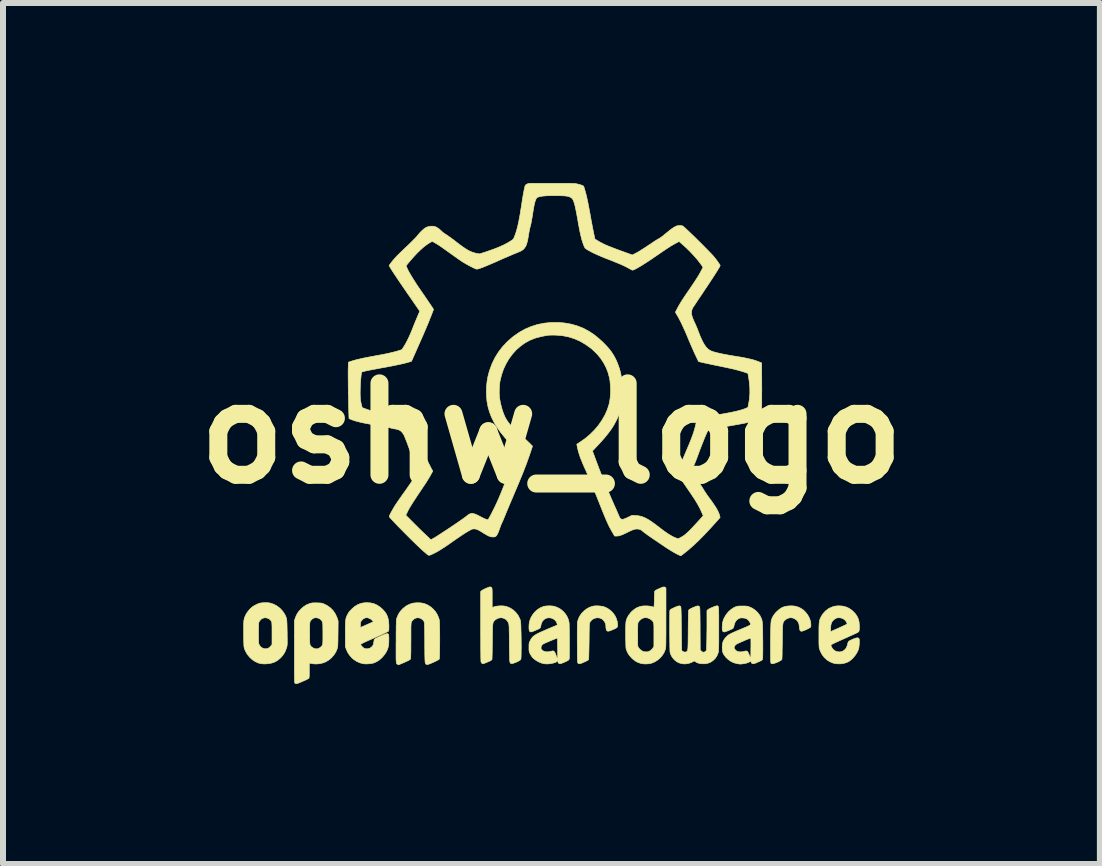
<source format=kicad_pcb>
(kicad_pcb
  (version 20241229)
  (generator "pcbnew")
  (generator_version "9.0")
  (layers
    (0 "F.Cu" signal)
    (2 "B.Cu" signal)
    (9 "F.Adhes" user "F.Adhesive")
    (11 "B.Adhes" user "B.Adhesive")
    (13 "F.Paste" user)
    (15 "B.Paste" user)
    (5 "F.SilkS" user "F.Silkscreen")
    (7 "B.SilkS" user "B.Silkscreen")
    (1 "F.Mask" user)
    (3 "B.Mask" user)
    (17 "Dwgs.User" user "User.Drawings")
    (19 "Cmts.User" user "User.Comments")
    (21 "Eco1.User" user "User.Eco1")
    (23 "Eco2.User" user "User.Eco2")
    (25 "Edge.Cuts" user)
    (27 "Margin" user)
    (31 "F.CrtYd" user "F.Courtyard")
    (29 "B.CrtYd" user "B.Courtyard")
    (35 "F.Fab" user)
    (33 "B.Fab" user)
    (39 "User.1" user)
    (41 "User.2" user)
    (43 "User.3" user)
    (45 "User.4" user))
  (footprint "oshw_logo"
    (layer "F.Cu")
    (at 6.14 4.173)
    (property "Reference" "oshw_logo" (at 0 0 0) (layer "F.SilkS") (effects (font (size 1.524 1.524) (thickness 0.3))))
    (attr through_hole)
    (fp_poly (pts (xy 4.036 2.875) (xy 4.077 2.882) (xy 4.115 2.895) (xy 4.15 2.911) (xy 4.194 2.939) (xy 4.233 2.977) (xy 4.267 3.02) (xy 4.294 3.068) (xy 4.313 3.118) (xy 4.322 3.168) (xy 4.322 3.173) (xy 4.323 3.197) (xy 4.322 3.216) (xy 4.319 3.227) (xy 4.311 3.234) (xy 4.296 3.243) (xy 4.274 3.255) (xy 4.25 3.267) (xy 4.225 3.278) (xy 4.201 3.287) (xy 4.182 3.294) (xy 4.17 3.296) (xy 4.17 3.296) (xy 4.157 3.295) (xy 4.148 3.29) (xy 4.141 3.28) (xy 4.136 3.263) (xy 4.132 3.238) (xy 4.129 3.209) (xy 4.123 3.174) (xy 4.112 3.146) (xy 4.095 3.122) (xy 4.08 3.107) (xy 4.047 3.085) (xy 4.012 3.073) (xy 3.976 3.071) (xy 3.94 3.08) (xy 3.905 3.099) (xy 3.887 3.115) (xy 3.879 3.123) (xy 3.873 3.13) (xy 3.867 3.139) (xy 3.862 3.15) (xy 3.859 3.163) (xy 3.856 3.18) (xy 3.853 3.202) (xy 3.851 3.23) (xy 3.85 3.264) (xy 3.849 3.305) (xy 3.848 3.356) (xy 3.847 3.416) (xy 3.847 3.474) (xy 3.846 3.53) (xy 3.845 3.582) (xy 3.844 3.63) (xy 3.844 3.673) (xy 3.843 3.709) (xy 3.842 3.737) (xy 3.841 3.756) (xy 3.841 3.766) (xy 3.84 3.766) (xy 3.833 3.774) (xy 3.818 3.785) (xy 3.797 3.797) (xy 3.772 3.809) (xy 3.746 3.82) (xy 3.72 3.829) (xy 3.699 3.836) (xy 3.683 3.838) (xy 3.668 3.835) (xy 3.657 3.829) (xy 3.655 3.821) (xy 3.654 3.803) (xy 3.652 3.777) (xy 3.651 3.742) (xy 3.651 3.701) (xy 3.65 3.655) (xy 3.65 3.605) (xy 3.65 3.552) (xy 3.65 3.497) (xy 3.65 3.442) (xy 3.651 3.387) (xy 3.652 3.335) (xy 3.653 3.285) (xy 3.654 3.24) (xy 3.655 3.2) (xy 3.657 3.168) (xy 3.659 3.143) (xy 3.66 3.127) (xy 3.661 3.124) (xy 3.676 3.078) (xy 3.699 3.035) (xy 3.73 2.994) (xy 3.751 2.972) (xy 3.793 2.934) (xy 3.834 2.906) (xy 3.878 2.887) (xy 3.927 2.877) (xy 3.983 2.873) (xy 3.988 2.873) (xy 4.036 2.875)) (stroke (width 0.01) (type solid)) (fill yes) (layer "F.SilkS"))
    (fp_poly (pts (xy 0.8 2.875) (xy 0.839 2.88) (xy 0.872 2.887) (xy 0.88 2.89) (xy 0.933 2.914) (xy 0.98 2.947) (xy 1.021 2.986) (xy 1.055 3.032) (xy 1.08 3.082) (xy 1.096 3.135) (xy 1.102 3.183) (xy 1.102 3.203) (xy 1.1 3.218) (xy 1.095 3.229) (xy 1.084 3.239) (xy 1.068 3.249) (xy 1.043 3.261) (xy 1.021 3.27) (xy 0.985 3.285) (xy 0.958 3.294) (xy 0.938 3.295) (xy 0.925 3.29) (xy 0.916 3.277) (xy 0.91 3.256) (xy 0.907 3.226) (xy 0.907 3.222) (xy 0.905 3.194) (xy 0.901 3.174) (xy 0.894 3.156) (xy 0.888 3.144) (xy 0.865 3.111) (xy 0.835 3.088) (xy 0.801 3.075) (xy 0.762 3.072) (xy 0.756 3.072) (xy 0.717 3.081) (xy 0.683 3.099) (xy 0.655 3.125) (xy 0.642 3.146) (xy 0.639 3.152) (xy 0.637 3.157) (xy 0.635 3.164) (xy 0.634 3.174) (xy 0.632 3.187) (xy 0.631 3.203) (xy 0.63 3.226) (xy 0.63 3.254) (xy 0.629 3.289) (xy 0.628 3.333) (xy 0.628 3.386) (xy 0.627 3.449) (xy 0.627 3.466) (xy 0.626 3.523) (xy 0.625 3.576) (xy 0.624 3.625) (xy 0.623 3.669) (xy 0.622 3.706) (xy 0.621 3.736) (xy 0.62 3.757) (xy 0.619 3.768) (xy 0.619 3.769) (xy 0.611 3.776) (xy 0.594 3.786) (xy 0.572 3.798) (xy 0.547 3.809) (xy 0.521 3.821) (xy 0.497 3.83) (xy 0.478 3.836) (xy 0.466 3.838) (xy 0.452 3.835) (xy 0.443 3.829) (xy 0.441 3.827) (xy 0.439 3.824) (xy 0.437 3.82) (xy 0.436 3.812) (xy 0.434 3.802) (xy 0.433 3.786) (xy 0.433 3.766) (xy 0.432 3.739) (xy 0.432 3.706) (xy 0.431 3.664) (xy 0.431 3.614) (xy 0.431 3.554) (xy 0.43 3.496) (xy 0.43 3.422) (xy 0.43 3.355) (xy 0.43 3.296) (xy 0.431 3.245) (xy 0.431 3.203) (xy 0.432 3.171) (xy 0.433 3.149) (xy 0.434 3.139) (xy 0.449 3.089) (xy 0.473 3.041) (xy 0.505 2.996) (xy 0.545 2.956) (xy 0.589 2.922) (xy 0.637 2.896) (xy 0.688 2.879) (xy 0.689 2.879) (xy 0.721 2.874) (xy 0.759 2.873) (xy 0.8 2.875)) (stroke (width 0.01) (type solid)) (fill yes) (layer "F.SilkS"))
    (fp_poly (pts (xy -4.719 2.822) (xy -4.69 2.826) (xy -4.685 2.827) (xy -4.627 2.847) (xy -4.573 2.876) (xy -4.523 2.915) (xy -4.481 2.96) (xy -4.446 3.012) (xy -4.439 3.025) (xy -4.431 3.041) (xy -4.425 3.056) (xy -4.42 3.071) (xy -4.416 3.087) (xy -4.412 3.106) (xy -4.41 3.13) (xy -4.408 3.159) (xy -4.407 3.194) (xy -4.406 3.238) (xy -4.405 3.291) (xy -4.404 3.319) (xy -4.404 3.373) (xy -4.403 3.417) (xy -4.403 3.452) (xy -4.403 3.48) (xy -4.403 3.502) (xy -4.404 3.519) (xy -4.406 3.533) (xy -4.407 3.545) (xy -4.41 3.557) (xy -4.413 3.569) (xy -4.414 3.57) (xy -4.436 3.631) (xy -4.468 3.686) (xy -4.509 3.735) (xy -4.559 3.778) (xy -4.595 3.8) (xy -4.631 3.817) (xy -4.674 3.829) (xy -4.722 3.837) (xy -4.772 3.841) (xy -4.819 3.839) (xy -4.82 3.839) (xy -4.844 3.835) (xy -4.867 3.831) (xy -4.88 3.827) (xy -4.933 3.804) (xy -4.984 3.771) (xy -5.029 3.73) (xy -5.068 3.683) (xy -5.099 3.63) (xy -5.115 3.59) (xy -5.118 3.58) (xy -5.121 3.57) (xy -5.123 3.559) (xy -5.125 3.545) (xy -5.126 3.527) (xy -5.127 3.505) (xy -5.128 3.476) (xy -5.129 3.439) (xy -5.129 3.394) (xy -5.129 3.374) (xy -4.882 3.374) (xy -4.882 3.42) (xy -4.881 3.457) (xy -4.88 3.483) (xy -4.878 3.5) (xy -4.877 3.504) (xy -4.864 3.534) (xy -4.843 3.558) (xy -4.817 3.576) (xy -4.787 3.587) (xy -4.756 3.589) (xy -4.726 3.582) (xy -4.716 3.577) (xy -4.699 3.565) (xy -4.682 3.548) (xy -4.675 3.54) (xy -4.657 3.516) (xy -4.657 3.336) (xy -4.657 3.281) (xy -4.657 3.234) (xy -4.658 3.195) (xy -4.66 3.166) (xy -4.661 3.147) (xy -4.663 3.14) (xy -4.678 3.115) (xy -4.701 3.094) (xy -4.73 3.079) (xy -4.761 3.072) (xy -4.785 3.073) (xy -4.818 3.082) (xy -4.845 3.101) (xy -4.864 3.126) (xy -4.879 3.152) (xy -4.882 3.316) (xy -4.882 3.374) (xy -5.129 3.374) (xy -5.13 3.343) (xy -5.13 3.284) (xy -5.13 3.235) (xy -5.13 3.194) (xy -5.129 3.161) (xy -5.127 3.134) (xy -5.125 3.111) (xy -5.121 3.092) (xy -5.116 3.074) (xy -5.11 3.057) (xy -5.102 3.04) (xy -5.094 3.022) (xy -5.075 2.989) (xy -5.049 2.955) (xy -5.02 2.922) (xy -4.99 2.895) (xy -4.987 2.892) (xy -4.96 2.874) (xy -4.927 2.856) (xy -4.893 2.84) (xy -4.862 2.829) (xy -4.854 2.827) (xy -4.826 2.823) (xy -4.792 2.821) (xy -4.754 2.82) (xy -4.719 2.822)) (stroke (width 0.01) (type solid)) (fill yes) (layer "F.SilkS"))
    (fp_poly (pts (xy 1.881 2.558) (xy 1.892 2.563) (xy 1.895 2.566) (xy 1.908 2.575) (xy 1.908 3.07) (xy 1.908 3.157) (xy 1.908 3.232) (xy 1.908 3.298) (xy 1.908 3.355) (xy 1.907 3.404) (xy 1.907 3.445) (xy 1.907 3.479) (xy 1.906 3.507) (xy 1.906 3.53) (xy 1.905 3.549) (xy 1.904 3.563) (xy 1.903 3.575) (xy 1.901 3.584) (xy 1.9 3.591) (xy 1.898 3.598) (xy 1.897 3.602) (xy 1.875 3.655) (xy 1.843 3.704) (xy 1.803 3.748) (xy 1.757 3.785) (xy 1.706 3.814) (xy 1.666 3.829) (xy 1.625 3.838) (xy 1.581 3.841) (xy 1.536 3.84) (xy 1.497 3.834) (xy 1.492 3.833) (xy 1.445 3.818) (xy 1.405 3.797) (xy 1.368 3.771) (xy 1.334 3.74) (xy 1.298 3.699) (xy 1.271 3.658) (xy 1.252 3.614) (xy 1.244 3.59) (xy 1.242 3.576) (xy 1.24 3.552) (xy 1.239 3.52) (xy 1.238 3.482) (xy 1.237 3.44) (xy 1.236 3.394) (xy 1.236 3.361) (xy 1.437 3.361) (xy 1.437 3.412) (xy 1.437 3.453) (xy 1.437 3.485) (xy 1.437 3.509) (xy 1.438 3.527) (xy 1.439 3.541) (xy 1.441 3.55) (xy 1.444 3.557) (xy 1.446 3.563) (xy 1.45 3.568) (xy 1.469 3.592) (xy 1.494 3.614) (xy 1.522 3.631) (xy 1.525 3.632) (xy 1.547 3.638) (xy 1.574 3.64) (xy 1.6 3.639) (xy 1.618 3.635) (xy 1.65 3.618) (xy 1.677 3.594) (xy 1.692 3.573) (xy 1.707 3.548) (xy 1.707 3.356) (xy 1.707 3.302) (xy 1.707 3.257) (xy 1.707 3.222) (xy 1.706 3.194) (xy 1.704 3.173) (xy 1.701 3.156) (xy 1.696 3.144) (xy 1.69 3.133) (xy 1.683 3.124) (xy 1.673 3.115) (xy 1.663 3.106) (xy 1.631 3.085) (xy 1.596 3.073) (xy 1.56 3.07) (xy 1.524 3.078) (xy 1.516 3.081) (xy 1.497 3.093) (xy 1.477 3.11) (xy 1.459 3.129) (xy 1.446 3.148) (xy 1.441 3.159) (xy 1.44 3.169) (xy 1.439 3.188) (xy 1.438 3.215) (xy 1.437 3.25) (xy 1.437 3.289) (xy 1.437 3.333) (xy 1.437 3.361) (xy 1.236 3.361) (xy 1.236 3.348) (xy 1.236 3.302) (xy 1.236 3.257) (xy 1.237 3.217) (xy 1.238 3.182) (xy 1.24 3.154) (xy 1.242 3.135) (xy 1.242 3.132) (xy 1.259 3.079) (xy 1.286 3.03) (xy 1.324 2.982) (xy 1.334 2.971) (xy 1.373 2.937) (xy 1.411 2.911) (xy 1.453 2.892) (xy 1.49 2.881) (xy 1.519 2.876) (xy 1.554 2.874) (xy 1.591 2.874) (xy 1.628 2.877) (xy 1.66 2.882) (xy 1.678 2.887) (xy 1.694 2.892) (xy 1.706 2.894) (xy 1.708 2.894) (xy 1.709 2.887) (xy 1.71 2.872) (xy 1.712 2.848) (xy 1.713 2.818) (xy 1.714 2.783) (xy 1.714 2.768) (xy 1.715 2.731) (xy 1.716 2.697) (xy 1.717 2.669) (xy 1.718 2.647) (xy 1.719 2.635) (xy 1.719 2.633) (xy 1.725 2.624) (xy 1.739 2.613) (xy 1.763 2.6) (xy 1.796 2.585) (xy 1.827 2.572) (xy 1.851 2.562) (xy 1.868 2.558) (xy 1.881 2.558)) (stroke (width 0.01) (type solid)) (fill yes) (layer "F.SilkS"))
    (fp_poly (pts (xy -3.92 2.823) (xy -3.905 2.823) (xy -3.872 2.825) (xy -3.848 2.826) (xy -3.829 2.829) (xy -3.813 2.833) (xy -3.796 2.84) (xy -3.79 2.842) (xy -3.733 2.871) (xy -3.681 2.909) (xy -3.637 2.955) (xy -3.601 3.009) (xy -3.574 3.068) (xy -3.57 3.08) (xy -3.555 3.126) (xy -3.557 3.34) (xy -3.558 3.395) (xy -3.558 3.44) (xy -3.559 3.476) (xy -3.56 3.505) (xy -3.561 3.528) (xy -3.562 3.545) (xy -3.564 3.559) (xy -3.566 3.57) (xy -3.569 3.581) (xy -3.572 3.59) (xy -3.594 3.643) (xy -3.626 3.692) (xy -3.665 3.737) (xy -3.71 3.775) (xy -3.759 3.805) (xy -3.803 3.823) (xy -3.862 3.837) (xy -3.923 3.842) (xy -3.983 3.838) (xy -4.023 3.829) (xy -4.036 3.826) (xy -4.036 3.95) (xy -4.036 3.991) (xy -4.036 4.022) (xy -4.037 4.044) (xy -4.038 4.06) (xy -4.04 4.071) (xy -4.042 4.077) (xy -4.045 4.081) (xy -4.046 4.082) (xy -4.056 4.088) (xy -4.074 4.098) (xy -4.098 4.11) (xy -4.126 4.122) (xy -4.156 4.135) (xy -4.185 4.148) (xy -4.21 4.158) (xy -4.231 4.166) (xy -4.244 4.169) (xy -4.245 4.17) (xy -4.262 4.17) (xy -4.273 4.163) (xy -4.274 4.161) (xy -4.276 4.159) (xy -4.277 4.155) (xy -4.279 4.15) (xy -4.28 4.141) (xy -4.281 4.13) (xy -4.282 4.114) (xy -4.282 4.093) (xy -4.283 4.068) (xy -4.283 4.035) (xy -4.284 3.996) (xy -4.284 3.95) (xy -4.284 3.895) (xy -4.284 3.832) (xy -4.284 3.759) (xy -4.284 3.675) (xy -4.284 3.636) (xy -4.284 3.33) (xy -4.03 3.33) (xy -4.03 3.383) (xy -4.03 3.425) (xy -4.029 3.459) (xy -4.028 3.486) (xy -4.026 3.506) (xy -4.023 3.521) (xy -4.019 3.532) (xy -4.014 3.541) (xy -4.007 3.549) (xy -3.998 3.557) (xy -3.995 3.559) (xy -3.965 3.578) (xy -3.933 3.589) (xy -3.902 3.589) (xy -3.876 3.581) (xy -3.859 3.57) (xy -3.843 3.557) (xy -3.842 3.557) (xy -3.833 3.548) (xy -3.826 3.54) (xy -3.82 3.531) (xy -3.816 3.52) (xy -3.813 3.506) (xy -3.811 3.487) (xy -3.81 3.462) (xy -3.809 3.429) (xy -3.809 3.388) (xy -3.809 3.337) (xy -3.809 3.332) (xy -3.809 3.282) (xy -3.81 3.243) (xy -3.81 3.211) (xy -3.811 3.188) (xy -3.812 3.17) (xy -3.814 3.157) (xy -3.815 3.147) (xy -3.818 3.14) (xy -3.821 3.133) (xy -3.84 3.107) (xy -3.866 3.087) (xy -3.896 3.075) (xy -3.928 3.071) (xy -3.959 3.076) (xy -3.961 3.077) (xy -3.979 3.087) (xy -3.998 3.103) (xy -4.015 3.122) (xy -4.022 3.134) (xy -4.024 3.14) (xy -4.026 3.151) (xy -4.028 3.166) (xy -4.029 3.188) (xy -4.029 3.217) (xy -4.03 3.255) (xy -4.03 3.302) (xy -4.03 3.33) (xy -4.284 3.33) (xy -4.284 3.121) (xy -4.27 3.077) (xy -4.253 3.035) (xy -4.234 2.998) (xy -4.21 2.965) (xy -4.178 2.93) (xy -4.174 2.926) (xy -4.129 2.886) (xy -4.081 2.856) (xy -4.03 2.835) (xy -4.015 2.831) (xy -3.996 2.826) (xy -3.976 2.824) (xy -3.952 2.823) (xy -3.92 2.823)) (stroke (width 0.01) (type solid)) (fill yes) (layer "F.SilkS"))
    (fp_poly (pts (xy -2.187 2.823) (xy -2.151 2.828) (xy -2.117 2.836) (xy -2.083 2.85) (xy -2.067 2.857) (xy -2.016 2.888) (xy -1.97 2.928) (xy -1.93 2.974) (xy -1.899 3.026) (xy -1.877 3.081) (xy -1.868 3.115) (xy -1.867 3.128) (xy -1.866 3.151) (xy -1.865 3.182) (xy -1.864 3.219) (xy -1.863 3.262) (xy -1.863 3.309) (xy -1.862 3.36) (xy -1.862 3.412) (xy -1.862 3.465) (xy -1.863 3.517) (xy -1.863 3.568) (xy -1.864 3.615) (xy -1.864 3.657) (xy -1.865 3.694) (xy -1.866 3.724) (xy -1.868 3.746) (xy -1.869 3.759) (xy -1.87 3.761) (xy -1.879 3.769) (xy -1.899 3.78) (xy -1.928 3.795) (xy -1.966 3.813) (xy -2.012 3.833) (xy -2.013 3.833) (xy -2.039 3.843) (xy -2.057 3.849) (xy -2.069 3.851) (xy -2.078 3.85) (xy -2.079 3.85) (xy -2.086 3.847) (xy -2.091 3.845) (xy -2.096 3.841) (xy -2.099 3.835) (xy -2.102 3.827) (xy -2.105 3.815) (xy -2.107 3.799) (xy -2.108 3.777) (xy -2.109 3.749) (xy -2.11 3.714) (xy -2.111 3.671) (xy -2.111 3.62) (xy -2.112 3.558) (xy -2.112 3.487) (xy -2.112 3.485) (xy -2.112 3.414) (xy -2.113 3.353) (xy -2.113 3.302) (xy -2.114 3.259) (xy -2.115 3.224) (xy -2.116 3.195) (xy -2.117 3.173) (xy -2.119 3.155) (xy -2.122 3.142) (xy -2.125 3.132) (xy -2.129 3.124) (xy -2.134 3.118) (xy -2.14 3.112) (xy -2.147 3.105) (xy -2.149 3.103) (xy -2.177 3.083) (xy -2.208 3.073) (xy -2.241 3.072) (xy -2.272 3.081) (xy -2.3 3.099) (xy -2.323 3.125) (xy -2.332 3.139) (xy -2.334 3.145) (xy -2.336 3.151) (xy -2.338 3.159) (xy -2.339 3.169) (xy -2.34 3.184) (xy -2.341 3.203) (xy -2.342 3.228) (xy -2.342 3.259) (xy -2.342 3.298) (xy -2.342 3.346) (xy -2.342 3.404) (xy -2.342 3.451) (xy -2.343 3.514) (xy -2.343 3.571) (xy -2.343 3.623) (xy -2.344 3.667) (xy -2.345 3.703) (xy -2.346 3.731) (xy -2.347 3.749) (xy -2.348 3.756) (xy -2.355 3.766) (xy -2.37 3.776) (xy -2.393 3.789) (xy -2.397 3.79) (xy -2.42 3.801) (xy -2.445 3.812) (xy -2.471 3.824) (xy -2.497 3.834) (xy -2.519 3.844) (xy -2.536 3.851) (xy -2.545 3.854) (xy -2.547 3.855) (xy -2.553 3.853) (xy -2.561 3.849) (xy -2.567 3.847) (xy -2.572 3.844) (xy -2.577 3.841) (xy -2.58 3.836) (xy -2.583 3.828) (xy -2.586 3.816) (xy -2.587 3.8) (xy -2.589 3.78) (xy -2.59 3.753) (xy -2.59 3.719) (xy -2.59 3.678) (xy -2.59 3.629) (xy -2.59 3.57) (xy -2.59 3.502) (xy -2.589 3.462) (xy -2.589 3.389) (xy -2.589 3.327) (xy -2.588 3.274) (xy -2.588 3.23) (xy -2.587 3.194) (xy -2.586 3.164) (xy -2.586 3.14) (xy -2.585 3.122) (xy -2.583 3.107) (xy -2.582 3.096) (xy -2.58 3.087) (xy -2.578 3.079) (xy -2.577 3.076) (xy -2.552 3.016) (xy -2.517 2.962) (xy -2.473 2.915) (xy -2.422 2.876) (xy -2.394 2.86) (xy -2.348 2.84) (xy -2.302 2.827) (xy -2.251 2.822) (xy -2.23 2.822) (xy -2.187 2.823)) (stroke (width 0.01) (type solid)) (fill yes) (layer "F.SilkS"))
    (fp_poly (pts (xy -1.009 2.561) (xy -0.999 2.568) (xy -0.996 2.572) (xy -0.993 2.577) (xy -0.991 2.584) (xy -0.99 2.595) (xy -0.989 2.611) (xy -0.988 2.634) (xy -0.988 2.664) (xy -0.988 2.703) (xy -0.988 2.74) (xy -0.988 2.9) (xy -0.955 2.889) (xy -0.922 2.88) (xy -0.882 2.875) (xy -0.839 2.873) (xy -0.797 2.875) (xy -0.76 2.881) (xy -0.749 2.884) (xy -0.692 2.907) (xy -0.64 2.94) (xy -0.596 2.981) (xy -0.558 3.029) (xy -0.529 3.085) (xy -0.526 3.093) (xy -0.522 3.104) (xy -0.519 3.114) (xy -0.516 3.125) (xy -0.514 3.138) (xy -0.513 3.155) (xy -0.511 3.178) (xy -0.51 3.207) (xy -0.509 3.243) (xy -0.508 3.289) (xy -0.507 3.31) (xy -0.506 3.361) (xy -0.505 3.414) (xy -0.505 3.467) (xy -0.504 3.52) (xy -0.504 3.571) (xy -0.505 3.618) (xy -0.505 3.662) (xy -0.506 3.699) (xy -0.507 3.729) (xy -0.509 3.752) (xy -0.51 3.764) (xy -0.511 3.765) (xy -0.519 3.774) (xy -0.535 3.785) (xy -0.557 3.798) (xy -0.582 3.81) (xy -0.609 3.821) (xy -0.633 3.829) (xy -0.653 3.834) (xy -0.667 3.835) (xy -0.667 3.835) (xy -0.674 3.834) (xy -0.679 3.832) (xy -0.684 3.828) (xy -0.688 3.823) (xy -0.691 3.814) (xy -0.694 3.802) (xy -0.696 3.785) (xy -0.697 3.762) (xy -0.698 3.732) (xy -0.699 3.695) (xy -0.7 3.65) (xy -0.701 3.596) (xy -0.702 3.532) (xy -0.702 3.495) (xy -0.703 3.428) (xy -0.703 3.371) (xy -0.704 3.323) (xy -0.705 3.284) (xy -0.705 3.252) (xy -0.706 3.227) (xy -0.707 3.207) (xy -0.709 3.192) (xy -0.71 3.181) (xy -0.712 3.172) (xy -0.714 3.164) (xy -0.716 3.158) (xy -0.718 3.155) (xy -0.737 3.122) (xy -0.763 3.097) (xy -0.795 3.08) (xy -0.829 3.072) (xy -0.864 3.073) (xy -0.899 3.083) (xy -0.931 3.102) (xy -0.943 3.112) (xy -0.951 3.12) (xy -0.958 3.128) (xy -0.964 3.136) (xy -0.969 3.145) (xy -0.973 3.157) (xy -0.976 3.172) (xy -0.979 3.192) (xy -0.981 3.216) (xy -0.982 3.248) (xy -0.983 3.286) (xy -0.984 3.332) (xy -0.985 3.388) (xy -0.985 3.454) (xy -0.985 3.464) (xy -0.986 3.52) (xy -0.987 3.573) (xy -0.987 3.622) (xy -0.988 3.665) (xy -0.989 3.702) (xy -0.99 3.731) (xy -0.99 3.752) (xy -0.991 3.762) (xy -0.991 3.763) (xy -0.995 3.771) (xy -1.003 3.779) (xy -1.017 3.788) (xy -1.039 3.798) (xy -1.069 3.811) (xy -1.087 3.819) (xy -1.113 3.829) (xy -1.13 3.835) (xy -1.141 3.837) (xy -1.149 3.837) (xy -1.156 3.833) (xy -1.159 3.831) (xy -1.167 3.821) (xy -1.174 3.808) (xy -1.175 3.8) (xy -1.176 3.78) (xy -1.177 3.75) (xy -1.178 3.709) (xy -1.178 3.656) (xy -1.179 3.593) (xy -1.179 3.519) (xy -1.179 3.433) (xy -1.18 3.337) (xy -1.18 3.229) (xy -1.18 3.214) (xy -1.18 2.635) (xy -1.164 2.62) (xy -1.152 2.612) (xy -1.133 2.601) (xy -1.109 2.589) (xy -1.083 2.578) (xy -1.059 2.568) (xy -1.038 2.56) (xy -1.024 2.557) (xy -1.022 2.557) (xy -1.009 2.561)) (stroke (width 0.01) (type solid)) (fill yes) (layer "F.SilkS"))
    (fp_poly (pts (xy -3.015 2.824) (xy -2.958 2.837) (xy -2.906 2.861) (xy -2.856 2.894) (xy -2.813 2.932) (xy -2.779 2.97) (xy -2.752 3.009) (xy -2.733 3.05) (xy -2.72 3.096) (xy -2.712 3.148) (xy -2.709 3.209) (xy -2.709 3.215) (xy -2.71 3.246) (xy -2.71 3.268) (xy -2.712 3.282) (xy -2.714 3.291) (xy -2.718 3.297) (xy -2.719 3.298) (xy -2.727 3.302) (xy -2.743 3.31) (xy -2.767 3.322) (xy -2.798 3.336) (xy -2.834 3.353) (xy -2.875 3.371) (xy -2.913 3.388) (xy -2.972 3.415) (xy -3.021 3.437) (xy -3.062 3.455) (xy -3.095 3.47) (xy -3.121 3.482) (xy -3.141 3.492) (xy -3.155 3.499) (xy -3.166 3.504) (xy -3.172 3.509) (xy -3.176 3.512) (xy -3.177 3.515) (xy -3.178 3.517) (xy -3.178 3.518) (xy -3.174 3.529) (xy -3.163 3.544) (xy -3.148 3.559) (xy -3.132 3.573) (xy -3.119 3.581) (xy -3.089 3.589) (xy -3.056 3.588) (xy -3.025 3.578) (xy -2.998 3.559) (xy -2.981 3.541) (xy -2.97 3.52) (xy -2.963 3.493) (xy -2.96 3.473) (xy -2.957 3.453) (xy -2.953 3.437) (xy -2.95 3.429) (xy -2.942 3.423) (xy -2.926 3.414) (xy -2.904 3.403) (xy -2.877 3.39) (xy -2.848 3.377) (xy -2.819 3.364) (xy -2.792 3.353) (xy -2.769 3.344) (xy -2.752 3.338) (xy -2.743 3.336) (xy -2.731 3.337) (xy -2.721 3.342) (xy -2.715 3.352) (xy -2.712 3.369) (xy -2.71 3.394) (xy -2.71 3.429) (xy -2.71 3.429) (xy -2.711 3.484) (xy -2.715 3.53) (xy -2.723 3.57) (xy -2.736 3.606) (xy -2.753 3.641) (xy -2.776 3.677) (xy -2.78 3.683) (xy -2.821 3.732) (xy -2.866 3.773) (xy -2.914 3.804) (xy -2.965 3.826) (xy -2.969 3.827) (xy -3.004 3.834) (xy -3.044 3.839) (xy -3.085 3.841) (xy -3.122 3.839) (xy -3.133 3.838) (xy -3.192 3.823) (xy -3.249 3.798) (xy -3.3 3.763) (xy -3.333 3.733) (xy -3.37 3.689) (xy -3.399 3.643) (xy -3.42 3.595) (xy -3.435 3.553) (xy -3.435 3.333) (xy -3.435 3.275) (xy -3.434 3.227) (xy -3.434 3.224) (xy -3.186 3.224) (xy -3.186 3.233) (xy -3.186 3.234) (xy -3.18 3.232) (xy -3.167 3.226) (xy -3.146 3.217) (xy -3.121 3.206) (xy -3.104 3.198) (xy -3.073 3.185) (xy -3.044 3.172) (xy -3.019 3.161) (xy -3.001 3.152) (xy -2.995 3.15) (xy -2.968 3.137) (xy -2.982 3.12) (xy -2.998 3.103) (xy -3.021 3.089) (xy -3.047 3.077) (xy -3.07 3.071) (xy -3.077 3.071) (xy -3.097 3.073) (xy -3.117 3.079) (xy -3.117 3.079) (xy -3.134 3.089) (xy -3.151 3.104) (xy -3.167 3.122) (xy -3.178 3.138) (xy -3.18 3.145) (xy -3.182 3.155) (xy -3.183 3.171) (xy -3.184 3.19) (xy -3.185 3.209) (xy -3.186 3.224) (xy -3.434 3.224) (xy -3.434 3.187) (xy -3.433 3.155) (xy -3.432 3.129) (xy -3.429 3.107) (xy -3.426 3.089) (xy -3.422 3.074) (xy -3.417 3.059) (xy -3.411 3.044) (xy -3.403 3.026) (xy -3.399 3.02) (xy -3.387 2.997) (xy -3.373 2.975) (xy -3.353 2.953) (xy -3.331 2.929) (xy -3.285 2.888) (xy -3.238 2.858) (xy -3.189 2.837) (xy -3.137 2.824) (xy -3.078 2.82) (xy -3.076 2.82) (xy -3.015 2.824)) (stroke (width 0.01) (type solid)) (fill yes) (layer "F.SilkS"))
    (fp_poly (pts (xy 4.853 2.877) (xy 4.907 2.891) (xy 4.957 2.913) (xy 5.005 2.946) (xy 5.036 2.975) (xy 5.07 3.012) (xy 5.094 3.05) (xy 5.113 3.092) (xy 5.122 3.124) (xy 5.126 3.146) (xy 5.129 3.173) (xy 5.13 3.203) (xy 5.131 3.234) (xy 5.13 3.261) (xy 5.127 3.283) (xy 5.124 3.296) (xy 5.122 3.3) (xy 5.119 3.304) (xy 5.116 3.307) (xy 5.11 3.311) (xy 5.101 3.317) (xy 5.089 3.323) (xy 5.072 3.332) (xy 5.049 3.342) (xy 5.019 3.356) (xy 4.982 3.372) (xy 4.937 3.393) (xy 4.883 3.417) (xy 4.861 3.427) (xy 4.805 3.452) (xy 4.759 3.473) (xy 4.722 3.49) (xy 4.694 3.504) (xy 4.674 3.514) (xy 4.662 3.522) (xy 4.657 3.526) (xy 4.657 3.527) (xy 4.661 3.543) (xy 4.67 3.564) (xy 4.683 3.585) (xy 4.697 3.601) (xy 4.727 3.624) (xy 4.762 3.637) (xy 4.794 3.641) (xy 4.828 3.638) (xy 4.856 3.627) (xy 4.883 3.608) (xy 4.885 3.607) (xy 4.903 3.588) (xy 4.916 3.566) (xy 4.928 3.537) (xy 4.936 3.508) (xy 4.94 3.491) (xy 4.944 3.478) (xy 4.951 3.468) (xy 4.961 3.459) (xy 4.976 3.45) (xy 4.998 3.44) (xy 5.029 3.426) (xy 5.029 3.426) (xy 5.063 3.413) (xy 5.088 3.407) (xy 5.107 3.407) (xy 5.12 3.413) (xy 5.126 3.422) (xy 5.129 3.434) (xy 5.13 3.455) (xy 5.13 3.482) (xy 5.129 3.511) (xy 5.126 3.541) (xy 5.123 3.568) (xy 5.118 3.59) (xy 5.116 3.598) (xy 5.095 3.645) (xy 5.068 3.689) (xy 5.035 3.731) (xy 5 3.767) (xy 4.963 3.795) (xy 4.939 3.809) (xy 4.883 3.829) (xy 4.824 3.839) (xy 4.761 3.839) (xy 4.75 3.838) (xy 4.693 3.827) (xy 4.641 3.805) (xy 4.592 3.775) (xy 4.549 3.736) (xy 4.512 3.689) (xy 4.483 3.636) (xy 4.467 3.592) (xy 4.464 3.582) (xy 4.462 3.572) (xy 4.46 3.559) (xy 4.459 3.542) (xy 4.458 3.521) (xy 4.457 3.494) (xy 4.457 3.459) (xy 4.457 3.416) (xy 4.457 3.363) (xy 4.457 3.358) (xy 4.457 3.3) (xy 4.457 3.285) (xy 4.651 3.285) (xy 4.652 3.295) (xy 4.654 3.299) (xy 4.658 3.299) (xy 4.66 3.298) (xy 4.668 3.295) (xy 4.685 3.288) (xy 4.709 3.277) (xy 4.738 3.264) (xy 4.772 3.249) (xy 4.795 3.239) (xy 4.83 3.223) (xy 4.861 3.208) (xy 4.888 3.196) (xy 4.908 3.186) (xy 4.921 3.18) (xy 4.924 3.178) (xy 4.926 3.169) (xy 4.921 3.155) (xy 4.913 3.138) (xy 4.901 3.122) (xy 4.89 3.11) (xy 4.862 3.089) (xy 4.833 3.077) (xy 4.803 3.072) (xy 4.769 3.072) (xy 4.739 3.081) (xy 4.711 3.1) (xy 4.703 3.107) (xy 4.684 3.127) (xy 4.67 3.148) (xy 4.661 3.173) (xy 4.655 3.203) (xy 4.652 3.241) (xy 4.651 3.268) (xy 4.651 3.285) (xy 4.457 3.285) (xy 4.457 3.252) (xy 4.458 3.212) (xy 4.46 3.179) (xy 4.462 3.153) (xy 4.465 3.131) (xy 4.469 3.112) (xy 4.474 3.095) (xy 4.481 3.079) (xy 4.489 3.062) (xy 4.491 3.058) (xy 4.524 3.005) (xy 4.565 2.96) (xy 4.614 2.922) (xy 4.635 2.91) (xy 4.679 2.891) (xy 4.724 2.878) (xy 4.775 2.873) (xy 4.793 2.873) (xy 4.853 2.877)) (stroke (width 0.01) (type solid)) (fill yes) (layer "F.SilkS"))
    (fp_poly (pts (xy 0.004 2.875) (xy 0.034 2.878) (xy 0.048 2.881) (xy 0.102 2.901) (xy 0.152 2.929) (xy 0.196 2.966) (xy 0.234 3.009) (xy 0.263 3.057) (xy 0.284 3.108) (xy 0.294 3.156) (xy 0.295 3.17) (xy 0.296 3.194) (xy 0.296 3.226) (xy 0.297 3.265) (xy 0.298 3.309) (xy 0.298 3.357) (xy 0.299 3.407) (xy 0.299 3.459) (xy 0.299 3.511) (xy 0.299 3.561) (xy 0.299 3.608) (xy 0.299 3.652) (xy 0.298 3.689) (xy 0.298 3.72) (xy 0.297 3.743) (xy 0.296 3.756) (xy 0.296 3.757) (xy 0.292 3.767) (xy 0.284 3.776) (xy 0.271 3.786) (xy 0.25 3.796) (xy 0.222 3.809) (xy 0.202 3.818) (xy 0.174 3.829) (xy 0.155 3.835) (xy 0.141 3.837) (xy 0.13 3.835) (xy 0.121 3.83) (xy 0.118 3.828) (xy 0.115 3.825) (xy 0.112 3.821) (xy 0.11 3.816) (xy 0.108 3.808) (xy 0.107 3.796) (xy 0.106 3.779) (xy 0.105 3.756) (xy 0.104 3.725) (xy 0.104 3.686) (xy 0.103 3.637) (xy 0.103 3.613) (xy 0.1 3.409) (xy 0.088 3.413) (xy 0.078 3.417) (xy 0.059 3.424) (xy 0.035 3.434) (xy 0.006 3.446) (xy -0.024 3.458) (xy -0.053 3.471) (xy -0.081 3.482) (xy -0.103 3.492) (xy -0.118 3.499) (xy -0.12 3.499) (xy -0.146 3.515) (xy -0.163 3.533) (xy -0.172 3.555) (xy -0.173 3.563) (xy -0.174 3.582) (xy -0.169 3.596) (xy -0.163 3.603) (xy -0.142 3.622) (xy -0.112 3.635) (xy -0.078 3.64) (xy -0.041 3.638) (xy -0.014 3.632) (xy 0.008 3.626) (xy 0.025 3.624) (xy 0.037 3.627) (xy 0.048 3.637) (xy 0.059 3.654) (xy 0.07 3.679) (xy 0.079 3.703) (xy 0.091 3.736) (xy 0.098 3.761) (xy 0.1 3.78) (xy 0.096 3.793) (xy 0.087 3.804) (xy 0.085 3.805) (xy 0.063 3.817) (xy 0.033 3.826) (xy -0.002 3.834) (xy -0.04 3.839) (xy -0.077 3.841) (xy -0.111 3.839) (xy -0.119 3.838) (xy -0.169 3.826) (xy -0.218 3.805) (xy -0.265 3.777) (xy -0.305 3.745) (xy -0.319 3.73) (xy -0.333 3.711) (xy -0.347 3.688) (xy -0.358 3.669) (xy -0.365 3.653) (xy -0.37 3.639) (xy -0.373 3.625) (xy -0.375 3.607) (xy -0.375 3.583) (xy -0.375 3.564) (xy -0.375 3.535) (xy -0.374 3.514) (xy -0.373 3.499) (xy -0.369 3.485) (xy -0.363 3.47) (xy -0.354 3.453) (xy -0.344 3.433) (xy -0.332 3.415) (xy -0.32 3.399) (xy -0.305 3.383) (xy -0.286 3.369) (xy -0.264 3.354) (xy -0.236 3.338) (xy -0.201 3.321) (xy -0.159 3.302) (xy -0.109 3.28) (xy -0.049 3.254) (xy -0.035 3.248) (xy 0.097 3.193) (xy 0.094 3.173) (xy 0.084 3.143) (xy 0.064 3.117) (xy 0.038 3.095) (xy 0.006 3.08) (xy -0.028 3.072) (xy -0.067 3.074) (xy -0.101 3.085) (xy -0.13 3.106) (xy -0.154 3.135) (xy -0.17 3.172) (xy -0.178 3.208) (xy -0.182 3.226) (xy -0.189 3.241) (xy -0.192 3.244) (xy -0.202 3.251) (xy -0.22 3.261) (xy -0.243 3.271) (xy -0.269 3.283) (xy -0.294 3.293) (xy -0.316 3.301) (xy -0.333 3.306) (xy -0.34 3.308) (xy -0.355 3.305) (xy -0.365 3.297) (xy -0.371 3.282) (xy -0.374 3.258) (xy -0.375 3.227) (xy -0.373 3.18) (xy -0.367 3.14) (xy -0.356 3.104) (xy -0.344 3.073) (xy -0.314 3.021) (xy -0.277 2.975) (xy -0.234 2.936) (xy -0.187 2.906) (xy -0.137 2.885) (xy -0.126 2.881) (xy -0.1 2.877) (xy -0.067 2.874) (xy -0.031 2.873) (xy 0.004 2.875)) (stroke (width 0.01) (type solid)) (fill yes) (layer "F.SilkS"))
    (fp_poly (pts (xy 2.767 2.873) (xy 2.772 2.875) (xy 2.776 2.879) (xy 2.779 2.885) (xy 2.782 2.896) (xy 2.784 2.91) (xy 2.785 2.93) (xy 2.787 2.956) (xy 2.787 2.988) (xy 2.788 3.028) (xy 2.788 3.077) (xy 2.788 3.134) (xy 2.788 3.202) (xy 2.788 3.257) (xy 2.788 3.331) (xy 2.788 3.396) (xy 2.788 3.45) (xy 2.788 3.496) (xy 2.787 3.534) (xy 2.787 3.565) (xy 2.786 3.59) (xy 2.785 3.61) (xy 2.784 3.625) (xy 2.782 3.637) (xy 2.78 3.646) (xy 2.78 3.649) (xy 2.761 3.699) (xy 2.734 3.743) (xy 2.699 3.779) (xy 2.658 3.808) (xy 2.612 3.828) (xy 2.561 3.838) (xy 2.507 3.838) (xy 2.502 3.838) (xy 2.459 3.831) (xy 2.425 3.819) (xy 2.397 3.803) (xy 2.381 3.791) (xy 2.346 3.809) (xy 2.303 3.827) (xy 2.263 3.837) (xy 2.223 3.841) (xy 2.18 3.838) (xy 2.133 3.826) (xy 2.089 3.805) (xy 2.049 3.773) (xy 2.017 3.736) (xy 1.992 3.694) (xy 1.977 3.65) (xy 1.976 3.647) (xy 1.975 3.637) (xy 1.974 3.616) (xy 1.973 3.587) (xy 1.972 3.551) (xy 1.972 3.508) (xy 1.971 3.46) (xy 1.971 3.409) (xy 1.97 3.355) (xy 1.97 3.299) (xy 1.97 3.244) (xy 1.97 3.19) (xy 1.97 3.138) (xy 1.97 3.091) (xy 1.97 3.047) (xy 1.971 3.011) (xy 1.971 2.981) (xy 1.972 2.96) (xy 1.973 2.949) (xy 1.973 2.948) (xy 1.981 2.938) (xy 1.999 2.925) (xy 2.011 2.919) (xy 2.051 2.9) (xy 2.082 2.887) (xy 2.106 2.878) (xy 2.124 2.874) (xy 2.137 2.874) (xy 2.147 2.878) (xy 2.152 2.883) (xy 2.154 2.886) (xy 2.155 2.891) (xy 2.157 2.9) (xy 2.158 2.913) (xy 2.159 2.93) (xy 2.16 2.953) (xy 2.161 2.983) (xy 2.162 3.02) (xy 2.163 3.065) (xy 2.163 3.118) (xy 2.164 3.182) (xy 2.165 3.254) (xy 2.169 3.615) (xy 2.182 3.627) (xy 2.203 3.641) (xy 2.226 3.644) (xy 2.241 3.64) (xy 2.249 3.638) (xy 2.255 3.635) (xy 2.26 3.631) (xy 2.264 3.625) (xy 2.267 3.617) (xy 2.27 3.605) (xy 2.272 3.589) (xy 2.274 3.567) (xy 2.275 3.539) (xy 2.276 3.505) (xy 2.277 3.462) (xy 2.277 3.411) (xy 2.278 3.349) (xy 2.278 3.289) (xy 2.279 3.23) (xy 2.279 3.174) (xy 2.28 3.121) (xy 2.281 3.074) (xy 2.281 3.033) (xy 2.282 3) (xy 2.283 2.975) (xy 2.283 2.959) (xy 2.284 2.954) (xy 2.286 2.946) (xy 2.293 2.937) (xy 2.305 2.929) (xy 2.323 2.918) (xy 2.349 2.906) (xy 2.384 2.891) (xy 2.392 2.888) (xy 2.418 2.878) (xy 2.438 2.874) (xy 2.452 2.876) (xy 2.463 2.884) (xy 2.464 2.885) (xy 2.467 2.888) (xy 2.468 2.892) (xy 2.47 2.897) (xy 2.471 2.906) (xy 2.472 2.917) (xy 2.473 2.934) (xy 2.474 2.955) (xy 2.475 2.983) (xy 2.475 3.017) (xy 2.476 3.06) (xy 2.476 3.111) (xy 2.477 3.171) (xy 2.477 3.242) (xy 2.477 3.253) (xy 2.479 3.609) (xy 2.498 3.628) (xy 2.518 3.643) (xy 2.538 3.646) (xy 2.558 3.639) (xy 2.568 3.631) (xy 2.583 3.615) (xy 2.587 3.494) (xy 2.588 3.459) (xy 2.589 3.415) (xy 2.589 3.364) (xy 2.59 3.309) (xy 2.591 3.253) (xy 2.591 3.197) (xy 2.591 3.163) (xy 2.591 2.952) (xy 2.603 2.939) (xy 2.615 2.931) (xy 2.634 2.92) (xy 2.658 2.908) (xy 2.685 2.897) (xy 2.71 2.886) (xy 2.733 2.878) (xy 2.75 2.874) (xy 2.754 2.873) (xy 2.761 2.873) (xy 2.767 2.873)) (stroke (width 0.01) (type solid)) (fill yes) (layer "F.SilkS"))
    (fp_poly (pts (xy 3.216 2.876) (xy 3.243 2.877) (xy 3.263 2.88) (xy 3.28 2.883) (xy 3.29 2.887) (xy 3.346 2.912) (xy 3.396 2.946) (xy 3.439 2.988) (xy 3.475 3.036) (xy 3.498 3.083) (xy 3.505 3.102) (xy 3.51 3.123) (xy 3.513 3.148) (xy 3.516 3.18) (xy 3.517 3.192) (xy 3.518 3.213) (xy 3.519 3.244) (xy 3.52 3.281) (xy 3.52 3.323) (xy 3.521 3.37) (xy 3.521 3.42) (xy 3.522 3.471) (xy 3.522 3.522) (xy 3.522 3.571) (xy 3.522 3.617) (xy 3.521 3.659) (xy 3.521 3.696) (xy 3.52 3.725) (xy 3.519 3.745) (xy 3.519 3.755) (xy 3.516 3.766) (xy 3.51 3.775) (xy 3.499 3.783) (xy 3.481 3.792) (xy 3.439 3.811) (xy 3.405 3.826) (xy 3.378 3.835) (xy 3.36 3.838) (xy 3.359 3.838) (xy 3.342 3.833) (xy 3.33 3.82) (xy 3.325 3.801) (xy 3.325 3.8) (xy 3.324 3.791) (xy 3.321 3.792) (xy 3.314 3.798) (xy 3.298 3.809) (xy 3.273 3.82) (xy 3.243 3.829) (xy 3.209 3.836) (xy 3.198 3.838) (xy 3.173 3.841) (xy 3.153 3.843) (xy 3.137 3.843) (xy 3.118 3.84) (xy 3.093 3.836) (xy 3.088 3.835) (xy 3.037 3.821) (xy 2.988 3.797) (xy 2.944 3.766) (xy 2.905 3.729) (xy 2.874 3.687) (xy 2.867 3.675) (xy 2.858 3.657) (xy 2.853 3.641) (xy 2.849 3.625) (xy 2.847 3.604) (xy 2.846 3.578) (xy 2.846 3.571) (xy 3.044 3.571) (xy 3.045 3.576) (xy 3.054 3.595) (xy 3.07 3.613) (xy 3.089 3.628) (xy 3.103 3.635) (xy 3.137 3.64) (xy 3.174 3.639) (xy 3.208 3.632) (xy 3.23 3.626) (xy 3.247 3.625) (xy 3.26 3.629) (xy 3.271 3.639) (xy 3.281 3.657) (xy 3.293 3.685) (xy 3.3 3.7) (xy 3.322 3.756) (xy 3.323 3.585) (xy 3.324 3.542) (xy 3.324 3.503) (xy 3.324 3.469) (xy 3.323 3.441) (xy 3.323 3.422) (xy 3.322 3.412) (xy 3.322 3.411) (xy 3.316 3.412) (xy 3.302 3.417) (xy 3.28 3.425) (xy 3.254 3.435) (xy 3.225 3.447) (xy 3.194 3.461) (xy 3.163 3.474) (xy 3.135 3.487) (xy 3.11 3.498) (xy 3.091 3.507) (xy 3.079 3.514) (xy 3.078 3.515) (xy 3.06 3.532) (xy 3.048 3.552) (xy 3.044 3.571) (xy 2.846 3.571) (xy 2.847 3.527) (xy 2.854 3.484) (xy 2.869 3.447) (xy 2.893 3.412) (xy 2.921 3.382) (xy 2.932 3.372) (xy 2.944 3.362) (xy 2.957 3.353) (xy 2.974 3.344) (xy 2.995 3.333) (xy 3.022 3.32) (xy 3.054 3.306) (xy 3.094 3.288) (xy 3.143 3.268) (xy 3.183 3.251) (xy 3.226 3.233) (xy 3.259 3.219) (xy 3.284 3.207) (xy 3.301 3.198) (xy 3.312 3.19) (xy 3.317 3.182) (xy 3.318 3.174) (xy 3.315 3.165) (xy 3.31 3.153) (xy 3.308 3.151) (xy 3.286 3.117) (xy 3.259 3.093) (xy 3.227 3.079) (xy 3.188 3.074) (xy 3.183 3.074) (xy 3.159 3.074) (xy 3.142 3.077) (xy 3.127 3.082) (xy 3.114 3.089) (xy 3.086 3.11) (xy 3.065 3.137) (xy 3.051 3.171) (xy 3.045 3.194) (xy 3.039 3.216) (xy 3.033 3.234) (xy 3.027 3.246) (xy 3.026 3.247) (xy 3.016 3.254) (xy 2.998 3.263) (xy 2.974 3.274) (xy 2.949 3.285) (xy 2.923 3.295) (xy 2.901 3.303) (xy 2.884 3.307) (xy 2.879 3.308) (xy 2.865 3.305) (xy 2.855 3.297) (xy 2.848 3.281) (xy 2.845 3.256) (xy 2.845 3.234) (xy 2.847 3.186) (xy 2.853 3.146) (xy 2.864 3.107) (xy 2.879 3.073) (xy 2.91 3.02) (xy 2.948 2.973) (xy 2.993 2.933) (xy 3.042 2.901) (xy 3.069 2.889) (xy 3.083 2.884) (xy 3.098 2.88) (xy 3.114 2.878) (xy 3.135 2.876) (xy 3.164 2.876) (xy 3.181 2.876) (xy 3.216 2.876)) (stroke (width 0.01) (type solid)) (fill yes) (layer "F.SilkS"))
    (fp_poly (pts (xy -0.316 -4.168) (xy -0.294 -4.168) (xy -0.263 -4.168) (xy -0.225 -4.168) (xy -0.181 -4.168) (xy -0.134 -4.168) (xy -0.084 -4.168) (xy -0.056 -4.168) (xy 0.024 -4.168) (xy 0.094 -4.168) (xy 0.154 -4.168) (xy 0.205 -4.168) (xy 0.249 -4.168) (xy 0.285 -4.168) (xy 0.315 -4.167) (xy 0.339 -4.167) (xy 0.359 -4.166) (xy 0.374 -4.166) (xy 0.387 -4.165) (xy 0.397 -4.164) (xy 0.406 -4.162) (xy 0.415 -4.161) (xy 0.423 -4.159) (xy 0.427 -4.158) (xy 0.454 -4.152) (xy 0.481 -4.144) (xy 0.503 -4.137) (xy 0.505 -4.136) (xy 0.522 -4.13) (xy 0.532 -4.123) (xy 0.538 -4.114) (xy 0.544 -4.099) (xy 0.547 -4.087) (xy 0.558 -4.05) (xy 0.568 -4.014) (xy 0.578 -3.977) (xy 0.587 -3.939) (xy 0.596 -3.898) (xy 0.606 -3.852) (xy 0.616 -3.801) (xy 0.627 -3.742) (xy 0.64 -3.675) (xy 0.652 -3.606) (xy 0.661 -3.555) (xy 0.671 -3.504) (xy 0.68 -3.455) (xy 0.689 -3.409) (xy 0.697 -3.37) (xy 0.703 -3.338) (xy 0.707 -3.32) (xy 0.724 -3.24) (xy 0.761 -3.217) (xy 0.788 -3.2) (xy 0.815 -3.185) (xy 0.844 -3.17) (xy 0.875 -3.154) (xy 0.911 -3.138) (xy 0.951 -3.121) (xy 0.998 -3.103) (xy 1.051 -3.082) (xy 1.113 -3.059) (xy 1.184 -3.033) (xy 1.206 -3.025) (xy 1.348 -2.974) (xy 1.389 -2.995) (xy 1.416 -3.009) (xy 1.447 -3.026) (xy 1.481 -3.047) (xy 1.52 -3.072) (xy 1.566 -3.101) (xy 1.619 -3.137) (xy 1.643 -3.152) (xy 1.675 -3.174) (xy 1.706 -3.195) (xy 1.734 -3.213) (xy 1.757 -3.227) (xy 1.773 -3.237) (xy 1.778 -3.24) (xy 1.797 -3.25) (xy 1.817 -3.263) (xy 1.841 -3.28) (xy 1.869 -3.302) (xy 1.903 -3.33) (xy 1.922 -3.346) (xy 1.969 -3.384) (xy 2.009 -3.414) (xy 2.043 -3.436) (xy 2.071 -3.451) (xy 2.084 -3.457) (xy 2.111 -3.463) (xy 2.14 -3.465) (xy 2.167 -3.463) (xy 2.185 -3.458) (xy 2.194 -3.452) (xy 2.21 -3.439) (xy 2.231 -3.42) (xy 2.259 -3.394) (xy 2.29 -3.365) (xy 2.325 -3.331) (xy 2.363 -3.295) (xy 2.403 -3.256) (xy 2.443 -3.216) (xy 2.484 -3.176) (xy 2.524 -3.136) (xy 2.562 -3.097) (xy 2.598 -3.061) (xy 2.631 -3.027) (xy 2.659 -2.998) (xy 2.682 -2.973) (xy 2.7 -2.954) (xy 2.704 -2.949) (xy 2.725 -2.923) (xy 2.747 -2.895) (xy 2.767 -2.868) (xy 2.784 -2.843) (xy 2.798 -2.822) (xy 2.808 -2.807) (xy 2.811 -2.799) (xy 2.808 -2.79) (xy 2.799 -2.772) (xy 2.784 -2.747) (xy 2.764 -2.713) (xy 2.739 -2.674) (xy 2.71 -2.628) (xy 2.676 -2.576) (xy 2.639 -2.52) (xy 2.599 -2.459) (xy 2.585 -2.438) (xy 2.555 -2.394) (xy 2.526 -2.35) (xy 2.498 -2.308) (xy 2.472 -2.27) (xy 2.449 -2.236) (xy 2.431 -2.209) (xy 2.418 -2.189) (xy 2.417 -2.187) (xy 2.4 -2.162) (xy 2.385 -2.138) (xy 2.371 -2.119) (xy 2.362 -2.106) (xy 2.362 -2.106) (xy 2.345 -2.074) (xy 2.335 -2.038) (xy 2.333 -2.001) (xy 2.334 -1.994) (xy 2.338 -1.972) (xy 2.344 -1.949) (xy 2.353 -1.922) (xy 2.366 -1.891) (xy 2.383 -1.852) (xy 2.389 -1.84) (xy 2.402 -1.811) (xy 2.418 -1.774) (xy 2.434 -1.736) (xy 2.448 -1.698) (xy 2.452 -1.688) (xy 2.479 -1.618) (xy 2.506 -1.559) (xy 2.531 -1.509) (xy 2.557 -1.467) (xy 2.583 -1.433) (xy 2.61 -1.406) (xy 2.64 -1.385) (xy 2.651 -1.379) (xy 2.672 -1.37) (xy 2.702 -1.36) (xy 2.741 -1.349) (xy 2.788 -1.338) (xy 2.841 -1.326) (xy 2.9 -1.315) (xy 2.963 -1.303) (xy 3.028 -1.292) (xy 3.042 -1.29) (xy 3.122 -1.277) (xy 3.191 -1.265) (xy 3.251 -1.253) (xy 3.304 -1.241) (xy 3.35 -1.23) (xy 3.391 -1.218) (xy 3.428 -1.205) (xy 3.462 -1.192) (xy 3.463 -1.191) (xy 3.502 -1.175) (xy 3.504 -0.863) (xy 3.504 -0.798) (xy 3.505 -0.732) (xy 3.504 -0.666) (xy 3.504 -0.602) (xy 3.504 -0.542) (xy 3.504 -0.487) (xy 3.503 -0.44) (xy 3.502 -0.402) (xy 3.502 -0.397) (xy 3.498 -0.244) (xy 3.43 -0.224) (xy 3.389 -0.212) (xy 3.348 -0.201) (xy 3.308 -0.191) (xy 3.264 -0.181) (xy 3.218 -0.171) (xy 3.166 -0.161) (xy 3.107 -0.15) (xy 3.039 -0.138) (xy 2.977 -0.127) (xy 2.91 -0.116) (xy 2.852 -0.105) (xy 2.803 -0.096) (xy 2.761 -0.088) (xy 2.725 -0.08) (xy 2.695 -0.073) (xy 2.663 -0.065) (xy 2.639 -0.059) (xy 2.623 -0.053) (xy 2.612 -0.048) (xy 2.604 -0.041) (xy 2.598 -0.031) (xy 2.592 -0.018) (xy 2.587 -0.007) (xy 2.568 0.036) (xy 2.546 0.088) (xy 2.523 0.147) (xy 2.498 0.21) (xy 2.472 0.277) (xy 2.447 0.345) (xy 2.447 0.345) (xy 2.433 0.384) (xy 2.419 0.421) (xy 2.406 0.454) (xy 2.395 0.482) (xy 2.387 0.502) (xy 2.383 0.51) (xy 2.369 0.543) (xy 2.362 0.576) (xy 2.361 0.61) (xy 2.368 0.646) (xy 2.382 0.685) (xy 2.404 0.729) (xy 2.434 0.779) (xy 2.456 0.813) (xy 2.476 0.843) (xy 2.497 0.875) (xy 2.517 0.906) (xy 2.532 0.931) (xy 2.534 0.934) (xy 2.55 0.96) (xy 2.567 0.986) (xy 2.584 1.012) (xy 2.605 1.042) (xy 2.63 1.076) (xy 2.657 1.112) (xy 2.704 1.179) (xy 2.743 1.239) (xy 2.773 1.293) (xy 2.794 1.341) (xy 2.804 1.376) (xy 2.81 1.4) (xy 2.739 1.481) (xy 2.639 1.591) (xy 2.543 1.693) (xy 2.452 1.785) (xy 2.365 1.867) (xy 2.282 1.94) (xy 2.204 2.003) (xy 2.2 2.006) (xy 2.156 2.039) (xy 2.127 2.027) (xy 2.099 2.014) (xy 2.065 1.996) (xy 2.024 1.973) (xy 1.98 1.946) (xy 1.934 1.917) (xy 1.887 1.887) (xy 1.88 1.881) (xy 1.81 1.834) (xy 1.75 1.793) (xy 1.697 1.758) (xy 1.653 1.727) (xy 1.616 1.702) (xy 1.586 1.68) (xy 1.563 1.663) (xy 1.545 1.65) (xy 1.533 1.64) (xy 1.527 1.635) (xy 1.496 1.61) (xy 1.461 1.596) (xy 1.428 1.592) (xy 1.408 1.593) (xy 1.387 1.597) (xy 1.364 1.604) (xy 1.336 1.614) (xy 1.302 1.63) (xy 1.261 1.65) (xy 1.216 1.672) (xy 1.18 1.688) (xy 1.149 1.699) (xy 1.123 1.706) (xy 1.099 1.71) (xy 1.085 1.71) (xy 1.052 1.71) (xy 1.02 1.655) (xy 0.999 1.619) (xy 0.979 1.582) (xy 0.958 1.542) (xy 0.938 1.499) (xy 0.916 1.451) (xy 0.893 1.397) (xy 0.868 1.336) (xy 0.84 1.267) (xy 0.809 1.189) (xy 0.807 1.185) (xy 0.79 1.141) (xy 0.772 1.097) (xy 0.755 1.053) (xy 0.739 1.014) (xy 0.725 0.981) (xy 0.714 0.957) (xy 0.701 0.925) (xy 0.686 0.891) (xy 0.674 0.859) (xy 0.664 0.833) (xy 0.663 0.833) (xy 0.652 0.802) (xy 0.64 0.773) (xy 0.628 0.742) (xy 0.613 0.709) (xy 0.596 0.67) (xy 0.575 0.623) (xy 0.572 0.615) (xy 0.547 0.561) (xy 0.527 0.516) (xy 0.511 0.477) (xy 0.497 0.442) (xy 0.484 0.411) (xy 0.473 0.38) (xy 0.464 0.352) (xy 0.456 0.326) (xy 0.447 0.296) (xy 0.44 0.267) (xy 0.433 0.238) (xy 0.428 0.213) (xy 0.424 0.193) (xy 0.423 0.181) (xy 0.424 0.178) (xy 0.429 0.175) (xy 0.442 0.167) (xy 0.46 0.155) (xy 0.477 0.144) (xy 0.564 0.083) (xy 0.645 0.014) (xy 0.719 -0.06) (xy 0.785 -0.139) (xy 0.842 -0.221) (xy 0.891 -0.307) (xy 0.93 -0.395) (xy 0.959 -0.484) (xy 0.967 -0.522) (xy 0.977 -0.583) (xy 0.983 -0.652) (xy 0.985 -0.724) (xy 0.982 -0.797) (xy 0.976 -0.867) (xy 0.968 -0.919) (xy 0.945 -1.008) (xy 0.912 -1.094) (xy 0.869 -1.177) (xy 0.817 -1.255) (xy 0.755 -1.329) (xy 0.685 -1.396) (xy 0.658 -1.419) (xy 0.57 -1.482) (xy 0.481 -1.535) (xy 0.388 -1.576) (xy 0.293 -1.607) (xy 0.194 -1.627) (xy 0.091 -1.637) (xy 0.042 -1.639) (xy 0.005 -1.639) (xy -0.025 -1.638) (xy -0.051 -1.636) (xy -0.076 -1.633) (xy -0.104 -1.628) (xy -0.138 -1.621) (xy -0.141 -1.621) (xy -0.176 -1.613) (xy -0.212 -1.604) (xy -0.245 -1.596) (xy -0.271 -1.588) (xy -0.278 -1.586) (xy -0.362 -1.552) (xy -0.442 -1.508) (xy -0.517 -1.454) (xy -0.587 -1.393) (xy -0.65 -1.323) (xy -0.707 -1.246) (xy -0.756 -1.163) (xy -0.798 -1.074) (xy -0.831 -0.98) (xy -0.855 -0.882) (xy -0.859 -0.864) (xy -0.861 -0.846) (xy -0.864 -0.82) (xy -0.867 -0.79) (xy -0.869 -0.759) (xy -0.871 -0.674) (xy -0.865 -0.59) (xy -0.85 -0.505) (xy -0.827 -0.417) (xy -0.816 -0.38) (xy -0.801 -0.337) (xy -0.787 -0.302) (xy -0.773 -0.272) (xy -0.758 -0.244) (xy -0.739 -0.214) (xy -0.734 -0.206) (xy -0.715 -0.18) (xy -0.695 -0.154) (xy -0.671 -0.127) (xy -0.643 -0.097) (xy -0.61 -0.064) (xy -0.57 -0.026) (xy -0.524 0.016) (xy -0.47 0.065) (xy -0.468 0.066) (xy -0.441 0.091) (xy -0.412 0.117) (xy -0.386 0.142) (xy -0.364 0.163) (xy -0.357 0.17) (xy -0.316 0.212) (xy -0.355 0.328) (xy -0.372 0.378) (xy -0.389 0.426) (xy -0.406 0.474) (xy -0.424 0.523) (xy -0.444 0.573) (xy -0.464 0.627) (xy -0.487 0.684) (xy -0.513 0.746) (xy -0.541 0.815) (xy -0.573 0.891) (xy -0.609 0.975) (xy -0.632 1.03) (xy -0.654 1.082) (xy -0.677 1.136) (xy -0.7 1.19) (xy -0.721 1.241) (xy -0.741 1.288) (xy -0.758 1.329) (xy -0.771 1.361) (xy -0.771 1.362) (xy -0.786 1.397) (xy -0.799 1.429) (xy -0.811 1.458) (xy -0.821 1.48) (xy -0.828 1.494) (xy -0.829 1.497) (xy -0.835 1.509) (xy -0.844 1.529) (xy -0.853 1.555) (xy -0.863 1.584) (xy -0.866 1.592) (xy -0.882 1.636) (xy -0.897 1.671) (xy -0.912 1.696) (xy -0.926 1.713) (xy -0.937 1.72) (xy -0.956 1.725) (xy -0.984 1.725) (xy -0.987 1.725) (xy -1.006 1.722) (xy -1.026 1.717) (xy -1.047 1.709) (xy -1.071 1.697) (xy -1.101 1.68) (xy -1.138 1.658) (xy -1.148 1.651) (xy -1.184 1.629) (xy -1.213 1.613) (xy -1.236 1.602) (xy -1.255 1.595) (xy -1.273 1.592) (xy -1.29 1.591) (xy -1.302 1.591) (xy -1.314 1.593) (xy -1.327 1.597) (xy -1.343 1.604) (xy -1.364 1.616) (xy -1.393 1.632) (xy -1.395 1.634) (xy -1.423 1.65) (xy -1.458 1.672) (xy -1.496 1.697) (xy -1.534 1.723) (xy -1.571 1.748) (xy -1.578 1.753) (xy -1.65 1.803) (xy -1.714 1.848) (xy -1.77 1.886) (xy -1.82 1.918) (xy -1.864 1.946) (xy -1.902 1.969) (xy -1.936 1.987) (xy -1.966 2.002) (xy -1.981 2.009) (xy -2.003 2.019) (xy -2.02 2.026) (xy -2.033 2.03) (xy -2.044 2.03) (xy -2.055 2.026) (xy -2.069 2.017) (xy -2.086 2.002) (xy -2.109 1.982) (xy -2.128 1.966) (xy -2.154 1.943) (xy -2.185 1.914) (xy -2.22 1.881) (xy -2.258 1.845) (xy -2.299 1.805) (xy -2.341 1.764) (xy -2.384 1.721) (xy -2.428 1.677) (xy -2.471 1.634) (xy -2.512 1.592) (xy -2.552 1.552) (xy -2.588 1.514) (xy -2.621 1.479) (xy -2.649 1.449) (xy -2.673 1.424) (xy -2.69 1.404) (xy -2.7 1.391) (xy -2.703 1.386) (xy -2.701 1.376) (xy -2.694 1.359) (xy -2.683 1.335) (xy -2.668 1.307) (xy -2.65 1.275) (xy -2.631 1.242) (xy -2.611 1.208) (xy -2.592 1.179) (xy -2.573 1.151) (xy -2.549 1.116) (xy -2.522 1.078) (xy -2.495 1.039) (xy -2.469 1.002) (xy -2.467 0.999) (xy -2.44 0.962) (xy -2.412 0.923) (xy -2.385 0.883) (xy -2.359 0.846) (xy -2.338 0.815) (xy -2.337 0.814) (xy -2.318 0.785) (xy -2.3 0.758) (xy -2.285 0.735) (xy -2.273 0.717) (xy -2.268 0.71) (xy -2.255 0.686) (xy -2.246 0.661) (xy -2.243 0.634) (xy -2.245 0.603) (xy -2.253 0.567) (xy -2.266 0.525) (xy -2.285 0.475) (xy -2.299 0.443) (xy -2.313 0.41) (xy -2.327 0.375) (xy -2.34 0.342) (xy -2.349 0.315) (xy -2.351 0.31) (xy -2.365 0.27) (xy -2.38 0.227) (xy -2.396 0.184) (xy -2.411 0.143) (xy -2.426 0.106) (xy -2.439 0.073) (xy -2.449 0.048) (xy -2.457 0.031) (xy -2.457 0.03) (xy -2.482 -0.01) (xy -2.51 -0.039) (xy -2.543 -0.059) (xy -2.583 -0.071) (xy -2.597 -0.073) (xy -2.623 -0.077) (xy -2.649 -0.082) (xy -2.667 -0.087) (xy -2.693 -0.094) (xy -2.725 -0.102) (xy -2.766 -0.11) (xy -2.816 -0.119) (xy -2.875 -0.13) (xy -2.945 -0.141) (xy -2.946 -0.142) (xy -3.025 -0.155) (xy -3.093 -0.167) (xy -3.152 -0.179) (xy -3.204 -0.191) (xy -3.25 -0.203) (xy -3.29 -0.215) (xy -3.327 -0.228) (xy -3.354 -0.239) (xy -3.374 -0.248) (xy -3.378 -0.362) (xy -3.379 -0.417) (xy -3.381 -0.477) (xy -3.382 -0.541) (xy -3.383 -0.607) (xy -3.385 -0.674) (xy -3.385 -0.676) (xy -3.188 -0.676) (xy -3.187 -0.627) (xy -3.185 -0.584) (xy -3.181 -0.546) (xy -3.174 -0.51) (xy -3.166 -0.473) (xy -3.163 -0.463) (xy -3.154 -0.43) (xy -3.099 -0.41) (xy -3.06 -0.396) (xy -3.021 -0.383) (xy -2.98 -0.371) (xy -2.936 -0.36) (xy -2.888 -0.349) (xy -2.835 -0.338) (xy -2.774 -0.327) (xy -2.705 -0.315) (xy -2.639 -0.305) (xy -2.599 -0.298) (xy -2.558 -0.291) (xy -2.516 -0.284) (xy -2.476 -0.277) (xy -2.439 -0.27) (xy -2.407 -0.264) (xy -2.38 -0.259) (xy -2.361 -0.255) (xy -2.351 -0.252) (xy -2.35 -0.252) (xy -2.347 -0.245) (xy -2.34 -0.229) (xy -2.33 -0.205) (xy -2.317 -0.174) (xy -2.302 -0.136) (xy -2.286 -0.094) (xy -2.268 -0.048) (xy -2.249 0.001) (xy -2.23 0.05) (xy -2.216 0.087) (xy -2.187 0.165) (xy -2.161 0.232) (xy -2.137 0.292) (xy -2.116 0.346) (xy -2.095 0.394) (xy -2.074 0.439) (xy -2.054 0.482) (xy -2.033 0.524) (xy -2.011 0.567) (xy -1.995 0.597) (xy -1.978 0.627) (xy -2.003 0.673) (xy -2.015 0.694) (xy -2.026 0.715) (xy -2.039 0.737) (xy -2.053 0.76) (xy -2.069 0.786) (xy -2.088 0.816) (xy -2.111 0.851) (xy -2.139 0.892) (xy -2.171 0.941) (xy -2.199 0.982) (xy -2.237 1.039) (xy -2.269 1.088) (xy -2.297 1.13) (xy -2.32 1.167) (xy -2.34 1.199) (xy -2.357 1.227) (xy -2.373 1.254) (xy -2.387 1.28) (xy -2.4 1.307) (xy -2.402 1.311) (xy -2.428 1.362) (xy -2.313 1.477) (xy -2.277 1.513) (xy -2.238 1.552) (xy -2.198 1.592) (xy -2.159 1.63) (xy -2.124 1.663) (xy -2.104 1.682) (xy -2.009 1.772) (xy -1.949 1.737) (xy -1.931 1.727) (xy -1.906 1.711) (xy -1.874 1.69) (xy -1.836 1.666) (xy -1.794 1.638) (xy -1.749 1.609) (xy -1.702 1.578) (xy -1.665 1.553) (xy -1.619 1.522) (xy -1.575 1.492) (xy -1.533 1.463) (xy -1.496 1.437) (xy -1.464 1.415) (xy -1.438 1.396) (xy -1.42 1.382) (xy -1.411 1.374) (xy -1.379 1.35) (xy -1.349 1.336) (xy -1.322 1.332) (xy -1.303 1.335) (xy -1.276 1.343) (xy -1.244 1.356) (xy -1.209 1.373) (xy -1.187 1.385) (xy -1.154 1.402) (xy -1.124 1.417) (xy -1.097 1.428) (xy -1.076 1.435) (xy -1.061 1.437) (xy -1.056 1.436) (xy -1.05 1.428) (xy -1.041 1.411) (xy -1.028 1.388) (xy -1.013 1.361) (xy -0.997 1.33) (xy -0.981 1.298) (xy -0.965 1.267) (xy -0.951 1.238) (xy -0.947 1.231) (xy -0.925 1.184) (xy -0.904 1.139) (xy -0.884 1.094) (xy -0.864 1.047) (xy -0.844 0.999) (xy -0.823 0.947) (xy -0.801 0.892) (xy -0.777 0.831) (xy -0.752 0.764) (xy -0.724 0.69) (xy -0.694 0.608) (xy -0.66 0.516) (xy -0.646 0.477) (xy -0.576 0.285) (xy -0.6 0.26) (xy -0.612 0.247) (xy -0.631 0.228) (xy -0.652 0.205) (xy -0.676 0.18) (xy -0.689 0.167) (xy -0.771 0.076) (xy -0.843 -0.012) (xy -0.905 -0.099) (xy -0.957 -0.185) (xy -1 -0.271) (xy -1.033 -0.358) (xy -1.058 -0.446) (xy -1.075 -0.537) (xy -1.083 -0.631) (xy -1.085 -0.697) (xy -1.082 -0.784) (xy -1.074 -0.863) (xy -1.061 -0.94) (xy -1.041 -1.018) (xy -1.029 -1.058) (xy -0.989 -1.165) (xy -0.94 -1.265) (xy -0.882 -1.358) (xy -0.814 -1.446) (xy -0.736 -1.529) (xy -0.649 -1.605) (xy -0.628 -1.621) (xy -0.535 -1.686) (xy -0.439 -1.739) (xy -0.338 -1.782) (xy -0.234 -1.815) (xy -0.125 -1.837) (xy -0.013 -1.849) (xy 0.104 -1.85) (xy 0.217 -1.841) (xy 0.325 -1.822) (xy 0.428 -1.793) (xy 0.526 -1.755) (xy 0.62 -1.705) (xy 0.71 -1.646) (xy 0.79 -1.581) (xy 0.856 -1.521) (xy 0.912 -1.464) (xy 0.961 -1.409) (xy 1.002 -1.355) (xy 1.038 -1.299) (xy 1.07 -1.24) (xy 1.098 -1.177) (xy 1.12 -1.117) (xy 1.134 -1.077) (xy 1.144 -1.04) (xy 1.153 -1.005) (xy 1.16 -0.968) (xy 1.165 -0.928) (xy 1.168 -0.883) (xy 1.171 -0.831) (xy 1.173 -0.77) (xy 1.174 -0.756) (xy 1.175 -0.711) (xy 1.175 -0.665) (xy 1.175 -0.622) (xy 1.175 -0.584) (xy 1.174 -0.553) (xy 1.173 -0.531) (xy 1.173 -0.53) (xy 1.165 -0.459) (xy 1.15 -0.391) (xy 1.128 -0.322) (xy 1.097 -0.25) (xy 1.083 -0.22) (xy 1.058 -0.173) (xy 1.033 -0.128) (xy 1.005 -0.084) (xy 0.974 -0.04) (xy 0.939 0.006) (xy 0.9 0.055) (xy 0.854 0.108) (xy 0.802 0.166) (xy 0.756 0.215) (xy 0.683 0.292) (xy 0.736 0.435) (xy 0.79 0.579) (xy 0.849 0.729) (xy 0.912 0.883) (xy 0.978 1.039) (xy 1.045 1.194) (xy 1.075 1.26) (xy 1.091 1.296) (xy 1.105 1.329) (xy 1.117 1.357) (xy 1.127 1.379) (xy 1.133 1.394) (xy 1.135 1.399) (xy 1.138 1.406) (xy 1.148 1.416) (xy 1.153 1.42) (xy 1.163 1.427) (xy 1.175 1.431) (xy 1.188 1.431) (xy 1.205 1.427) (xy 1.228 1.419) (xy 1.259 1.405) (xy 1.277 1.396) (xy 1.344 1.364) (xy 1.402 1.368) (xy 1.439 1.371) (xy 1.475 1.377) (xy 1.511 1.387) (xy 1.547 1.401) (xy 1.586 1.42) (xy 1.627 1.444) (xy 1.673 1.474) (xy 1.724 1.511) (xy 1.782 1.555) (xy 1.801 1.569) (xy 1.859 1.614) (xy 1.911 1.651) (xy 1.956 1.681) (xy 1.998 1.706) (xy 2.035 1.726) (xy 2.071 1.741) (xy 2.082 1.745) (xy 2.112 1.755) (xy 2.141 1.74) (xy 2.167 1.726) (xy 2.192 1.711) (xy 2.218 1.693) (xy 2.244 1.671) (xy 2.273 1.645) (xy 2.305 1.614) (xy 2.341 1.577) (xy 2.382 1.533) (xy 2.428 1.483) (xy 2.529 1.372) (xy 2.51 1.328) (xy 2.493 1.291) (xy 2.476 1.254) (xy 2.457 1.218) (xy 2.437 1.181) (xy 2.413 1.141) (xy 2.386 1.097) (xy 2.354 1.049) (xy 2.317 0.993) (xy 2.278 0.937) (xy 2.251 0.897) (xy 2.224 0.858) (xy 2.198 0.819) (xy 2.175 0.784) (xy 2.155 0.754) (xy 2.14 0.731) (xy 2.139 0.729) (xy 2.098 0.665) (xy 2.117 0.61) (xy 2.129 0.576) (xy 2.145 0.534) (xy 2.166 0.484) (xy 2.19 0.425) (xy 2.219 0.356) (xy 2.252 0.278) (xy 2.259 0.262) (xy 2.292 0.185) (xy 2.32 0.116) (xy 2.344 0.053) (xy 2.364 -0.003) (xy 2.38 -0.056) (xy 2.394 -0.106) (xy 2.405 -0.152) (xy 2.41 -0.176) (xy 2.415 -0.195) (xy 2.419 -0.208) (xy 2.421 -0.211) (xy 2.43 -0.216) (xy 2.447 -0.224) (xy 2.471 -0.234) (xy 2.5 -0.244) (xy 2.53 -0.254) (xy 2.56 -0.264) (xy 2.566 -0.265) (xy 2.594 -0.273) (xy 2.623 -0.281) (xy 2.655 -0.288) (xy 2.689 -0.296) (xy 2.73 -0.303) (xy 2.777 -0.312) (xy 2.834 -0.322) (xy 2.848 -0.324) (xy 2.936 -0.34) (xy 3.012 -0.355) (xy 3.079 -0.37) (xy 3.136 -0.384) (xy 3.185 -0.399) (xy 3.225 -0.413) (xy 3.242 -0.42) (xy 3.273 -0.433) (xy 3.281 -0.472) (xy 3.298 -0.567) (xy 3.306 -0.663) (xy 3.305 -0.764) (xy 3.295 -0.87) (xy 3.285 -0.939) (xy 3.28 -0.964) (xy 3.277 -0.984) (xy 3.274 -0.998) (xy 3.273 -1.002) (xy 3.267 -1.004) (xy 3.253 -1.009) (xy 3.231 -1.016) (xy 3.206 -1.024) (xy 3.2 -1.026) (xy 3.164 -1.037) (xy 3.127 -1.048) (xy 3.086 -1.059) (xy 3.04 -1.071) (xy 2.989 -1.082) (xy 2.931 -1.095) (xy 2.864 -1.109) (xy 2.788 -1.125) (xy 2.771 -1.128) (xy 2.723 -1.138) (xy 2.675 -1.148) (xy 2.629 -1.158) (xy 2.588 -1.167) (xy 2.553 -1.174) (xy 2.526 -1.18) (xy 2.514 -1.183) (xy 2.451 -1.198) (xy 2.406 -1.292) (xy 2.392 -1.321) (xy 2.375 -1.358) (xy 2.356 -1.402) (xy 2.335 -1.449) (xy 2.314 -1.498) (xy 2.293 -1.546) (xy 2.286 -1.563) (xy 2.255 -1.638) (xy 2.227 -1.703) (xy 2.201 -1.76) (xy 2.178 -1.81) (xy 2.157 -1.854) (xy 2.136 -1.894) (xy 2.117 -1.931) (xy 2.102 -1.957) (xy 2.065 -2.02) (xy 2.089 -2.067) (xy 2.113 -2.113) (xy 2.143 -2.164) (xy 2.178 -2.221) (xy 2.219 -2.283) (xy 2.255 -2.337) (xy 2.302 -2.404) (xy 2.342 -2.464) (xy 2.377 -2.516) (xy 2.407 -2.562) (xy 2.433 -2.602) (xy 2.455 -2.638) (xy 2.473 -2.67) (xy 2.489 -2.699) (xy 2.503 -2.726) (xy 2.504 -2.727) (xy 2.525 -2.77) (xy 2.501 -2.805) (xy 2.464 -2.855) (xy 2.42 -2.91) (xy 2.369 -2.967) (xy 2.314 -3.026) (xy 2.257 -3.083) (xy 2.198 -3.137) (xy 2.185 -3.148) (xy 2.127 -3.199) (xy 2.084 -3.176) (xy 2.059 -3.163) (xy 2.029 -3.146) (xy 2 -3.129) (xy 1.99 -3.123) (xy 1.977 -3.115) (xy 1.964 -3.106) (xy 1.95 -3.098) (xy 1.935 -3.088) (xy 1.917 -3.076) (xy 1.895 -3.061) (xy 1.869 -3.044) (xy 1.837 -3.022) (xy 1.8 -2.996) (xy 1.755 -2.966) (xy 1.701 -2.929) (xy 1.688 -2.92) (xy 1.638 -2.886) (xy 1.589 -2.854) (xy 1.542 -2.824) (xy 1.498 -2.796) (xy 1.457 -2.772) (xy 1.422 -2.752) (xy 1.392 -2.736) (xy 1.369 -2.726) (xy 1.355 -2.721) (xy 1.352 -2.721) (xy 1.343 -2.723) (xy 1.328 -2.731) (xy 1.308 -2.741) (xy 1.299 -2.746) (xy 1.264 -2.765) (xy 1.226 -2.785) (xy 1.183 -2.805) (xy 1.133 -2.827) (xy 1.076 -2.85) (xy 1.011 -2.877) (xy 0.962 -2.896) (xy 0.886 -2.925) (xy 0.82 -2.953) (xy 0.762 -2.978) (xy 0.711 -3.001) (xy 0.667 -3.023) (xy 0.627 -3.045) (xy 0.608 -3.055) (xy 0.586 -3.069) (xy 0.571 -3.079) (xy 0.561 -3.088) (xy 0.553 -3.1) (xy 0.546 -3.115) (xy 0.542 -3.124) (xy 0.529 -3.158) (xy 0.517 -3.194) (xy 0.505 -3.233) (xy 0.494 -3.277) (xy 0.482 -3.326) (xy 0.47 -3.382) (xy 0.458 -3.447) (xy 0.444 -3.522) (xy 0.441 -3.543) (xy 0.427 -3.62) (xy 0.415 -3.686) (xy 0.403 -3.743) (xy 0.393 -3.79) (xy 0.383 -3.828) (xy 0.373 -3.859) (xy 0.364 -3.883) (xy 0.355 -3.9) (xy 0.347 -3.912) (xy 0.346 -3.913) (xy 0.331 -3.926) (xy 0.314 -3.936) (xy 0.296 -3.944) (xy 0.273 -3.951) (xy 0.246 -3.956) (xy 0.212 -3.959) (xy 0.171 -3.961) (xy 0.121 -3.962) (xy 0.064 -3.963) (xy 0.004 -3.962) (xy -0.047 -3.962) (xy -0.09 -3.96) (xy -0.125 -3.957) (xy -0.156 -3.954) (xy -0.182 -3.949) (xy -0.207 -3.943) (xy -0.214 -3.941) (xy -0.232 -3.934) (xy -0.244 -3.927) (xy -0.252 -3.916) (xy -0.258 -3.904) (xy -0.267 -3.884) (xy -0.275 -3.859) (xy -0.283 -3.829) (xy -0.291 -3.792) (xy -0.299 -3.747) (xy -0.308 -3.693) (xy -0.313 -3.657) (xy -0.32 -3.616) (xy -0.327 -3.574) (xy -0.334 -3.534) (xy -0.341 -3.5) (xy -0.347 -3.473) (xy -0.349 -3.465) (xy -0.355 -3.443) (xy -0.36 -3.424) (xy -0.365 -3.404) (xy -0.369 -3.383) (xy -0.373 -3.358) (xy -0.379 -3.327) (xy -0.385 -3.287) (xy -0.387 -3.277) (xy -0.396 -3.224) (xy -0.407 -3.18) (xy -0.418 -3.144) (xy -0.432 -3.115) (xy -0.449 -3.09) (xy -0.458 -3.079) (xy -0.468 -3.068) (xy -0.479 -3.059) (xy -0.493 -3.05) (xy -0.51 -3.04) (xy -0.534 -3.029) (xy -0.564 -3.016) (xy -0.601 -3.001) (xy -0.629 -2.99) (xy -0.666 -2.974) (xy -0.708 -2.956) (xy -0.754 -2.936) (xy -0.802 -2.916) (xy -0.849 -2.895) (xy -0.864 -2.888) (xy -0.943 -2.853) (xy -1.013 -2.823) (xy -1.072 -2.798) (xy -1.123 -2.777) (xy -1.164 -2.761) (xy -1.198 -2.749) (xy -1.223 -2.742) (xy -1.24 -2.738) (xy -1.245 -2.738) (xy -1.255 -2.74) (xy -1.274 -2.748) (xy -1.299 -2.759) (xy -1.329 -2.774) (xy -1.362 -2.791) (xy -1.396 -2.809) (xy -1.429 -2.828) (xy -1.46 -2.846) (xy -1.488 -2.863) (xy -1.496 -2.868) (xy -1.519 -2.884) (xy -1.55 -2.905) (xy -1.584 -2.93) (xy -1.622 -2.956) (xy -1.659 -2.983) (xy -1.679 -2.997) (xy -1.732 -3.035) (xy -1.777 -3.067) (xy -1.815 -3.094) (xy -1.848 -3.117) (xy -1.878 -3.137) (xy -1.905 -3.154) (xy -1.931 -3.169) (xy -1.94 -3.175) (xy -1.987 -3.201) (xy -2.024 -3.181) (xy -2.074 -3.149) (xy -2.126 -3.11) (xy -2.181 -3.061) (xy -2.24 -3.004) (xy -2.302 -2.937) (xy -2.369 -2.86) (xy -2.401 -2.821) (xy -2.423 -2.794) (xy -2.41 -2.764) (xy -2.393 -2.726) (xy -2.369 -2.681) (xy -2.339 -2.63) (xy -2.303 -2.571) (xy -2.261 -2.505) (xy -2.212 -2.431) (xy -2.155 -2.349) (xy -2.14 -2.327) (xy -2.113 -2.288) (xy -2.086 -2.248) (xy -2.061 -2.211) (xy -2.038 -2.177) (xy -2.018 -2.149) (xy -2.004 -2.127) (xy -2.001 -2.123) (xy -1.965 -2.067) (xy -2.006 -1.96) (xy -2.024 -1.916) (xy -2.041 -1.872) (xy -2.058 -1.83) (xy -2.077 -1.786) (xy -2.096 -1.739) (xy -2.118 -1.689) (xy -2.142 -1.633) (xy -2.169 -1.572) (xy -2.2 -1.502) (xy -2.228 -1.438) (xy -2.333 -1.202) (xy -2.37 -1.191) (xy -2.405 -1.181) (xy -2.443 -1.171) (xy -2.484 -1.161) (xy -2.53 -1.151) (xy -2.582 -1.14) (xy -2.64 -1.128) (xy -2.706 -1.115) (xy -2.781 -1.101) (xy -2.866 -1.086) (xy -2.879 -1.083) (xy -2.949 -1.07) (xy -3.008 -1.059) (xy -3.058 -1.049) (xy -3.097 -1.041) (xy -3.127 -1.033) (xy -3.149 -1.027) (xy -3.161 -1.022) (xy -3.166 -1.017) (xy -3.167 -1.017) (xy -3.167 -1.008) (xy -3.169 -0.99) (xy -3.172 -0.966) (xy -3.175 -0.938) (xy -3.175 -0.934) (xy -3.178 -0.905) (xy -3.181 -0.869) (xy -3.184 -0.827) (xy -3.186 -0.783) (xy -3.187 -0.74) (xy -3.187 -0.734) (xy -3.188 -0.676) (xy -3.385 -0.676) (xy -3.386 -0.741) (xy -3.387 -0.807) (xy -3.387 -0.869) (xy -3.388 -0.928) (xy -3.388 -0.98) (xy -3.388 -1.026) (xy -3.388 -1.064) (xy -3.387 -1.092) (xy -3.387 -1.097) (xy -3.384 -1.187) (xy -3.344 -1.201) (xy -3.312 -1.211) (xy -3.277 -1.221) (xy -3.237 -1.232) (xy -3.191 -1.242) (xy -3.14 -1.254) (xy -3.081 -1.266) (xy -3.013 -1.279) (xy -2.936 -1.293) (xy -2.893 -1.301) (xy -2.812 -1.316) (xy -2.742 -1.33) (xy -2.68 -1.344) (xy -2.626 -1.357) (xy -2.578 -1.37) (xy -2.549 -1.379) (xy -2.493 -1.396) (xy -2.46 -1.447) (xy -2.431 -1.495) (xy -2.4 -1.554) (xy -2.367 -1.623) (xy -2.333 -1.703) (xy -2.306 -1.77) (xy -2.29 -1.81) (xy -2.273 -1.852) (xy -2.256 -1.893) (xy -2.241 -1.929) (xy -2.228 -1.959) (xy -2.226 -1.965) (xy -2.195 -2.037) (xy -2.25 -2.118) (xy -2.27 -2.147) (xy -2.295 -2.183) (xy -2.322 -2.223) (xy -2.35 -2.263) (xy -2.377 -2.302) (xy -2.384 -2.311) (xy -2.41 -2.349) (xy -2.438 -2.39) (xy -2.468 -2.433) (xy -2.499 -2.479) (xy -2.53 -2.525) (xy -2.561 -2.57) (xy -2.59 -2.614) (xy -2.617 -2.654) (xy -2.641 -2.691) (xy -2.661 -2.722) (xy -2.677 -2.748) (xy -2.688 -2.765) (xy -2.692 -2.772) (xy -2.706 -2.798) (xy -2.684 -2.829) (xy -2.653 -2.87) (xy -2.617 -2.912) (xy -2.576 -2.957) (xy -2.527 -3.005) (xy -2.487 -3.044) (xy -2.435 -3.094) (xy -2.39 -3.136) (xy -2.352 -3.173) (xy -2.321 -3.204) (xy -2.295 -3.23) (xy -2.273 -3.252) (xy -2.255 -3.271) (xy -2.241 -3.287) (xy -2.229 -3.302) (xy -2.224 -3.308) (xy -2.192 -3.346) (xy -2.158 -3.38) (xy -2.125 -3.409) (xy -2.094 -3.43) (xy -2.085 -3.435) (xy -2.052 -3.447) (xy -2.016 -3.453) (xy -1.979 -3.454) (xy -1.946 -3.449) (xy -1.945 -3.449) (xy -1.915 -3.436) (xy -1.882 -3.415) (xy -1.85 -3.388) (xy -1.837 -3.376) (xy -1.817 -3.357) (xy -1.793 -3.338) (xy -1.775 -3.326) (xy -1.745 -3.307) (xy -1.708 -3.281) (xy -1.664 -3.25) (xy -1.616 -3.214) (xy -1.578 -3.184) (xy -1.52 -3.14) (xy -1.469 -3.103) (xy -1.424 -3.073) (xy -1.383 -3.049) (xy -1.344 -3.03) (xy -1.306 -3.016) (xy -1.269 -3.005) (xy -1.24 -3) (xy -1.197 -2.992) (xy -1.08 -3.03) (xy -0.997 -3.059) (xy -0.924 -3.086) (xy -0.858 -3.113) (xy -0.799 -3.14) (xy -0.745 -3.168) (xy -0.694 -3.198) (xy -0.681 -3.206) (xy -0.659 -3.22) (xy -0.645 -3.231) (xy -0.635 -3.241) (xy -0.627 -3.255) (xy -0.62 -3.272) (xy -0.599 -3.326) (xy -0.579 -3.391) (xy -0.56 -3.465) (xy -0.542 -3.55) (xy -0.524 -3.646) (xy -0.507 -3.753) (xy -0.505 -3.762) (xy -0.493 -3.842) (xy -0.482 -3.915) (xy -0.471 -3.978) (xy -0.461 -4.032) (xy -0.452 -4.077) (xy -0.447 -4.098) (xy -0.442 -4.119) (xy -0.437 -4.133) (xy -0.431 -4.141) (xy -0.421 -4.148) (xy -0.409 -4.154) (xy -0.396 -4.161) (xy -0.383 -4.165) (xy -0.367 -4.167) (xy -0.347 -4.168) (xy -0.318 -4.168) (xy -0.316 -4.168)) (stroke (width 0.01) (type solid)) (fill yes) (layer "F.SilkS")))
  (gr_rect
    (start -3 -3)
    (end 15.279 11.348)
    (stroke (width 0.1) (type default))
    (fill no)
    (layer "Edge.Cuts")))
</source>
